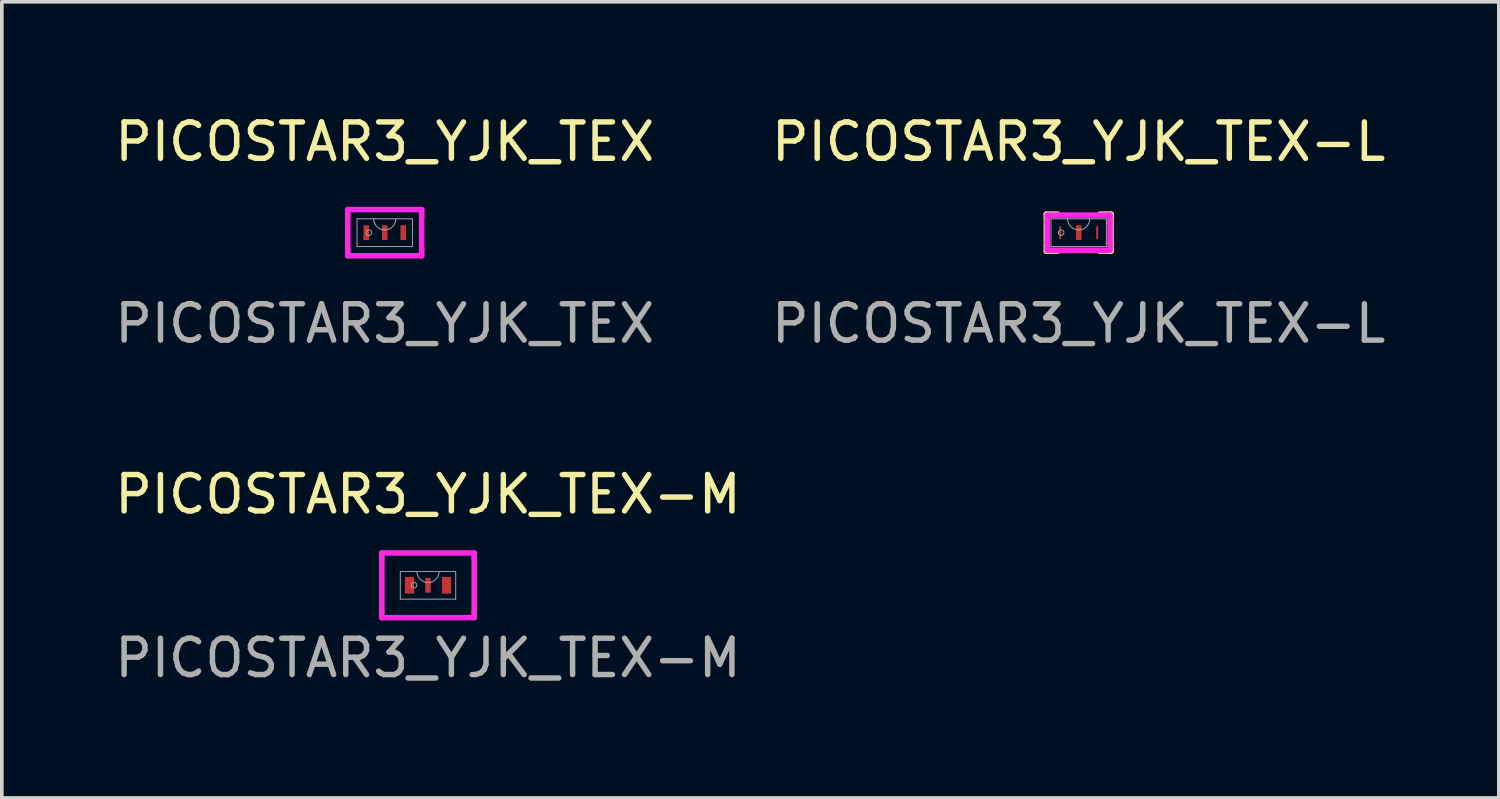
<source format=kicad_pcb>
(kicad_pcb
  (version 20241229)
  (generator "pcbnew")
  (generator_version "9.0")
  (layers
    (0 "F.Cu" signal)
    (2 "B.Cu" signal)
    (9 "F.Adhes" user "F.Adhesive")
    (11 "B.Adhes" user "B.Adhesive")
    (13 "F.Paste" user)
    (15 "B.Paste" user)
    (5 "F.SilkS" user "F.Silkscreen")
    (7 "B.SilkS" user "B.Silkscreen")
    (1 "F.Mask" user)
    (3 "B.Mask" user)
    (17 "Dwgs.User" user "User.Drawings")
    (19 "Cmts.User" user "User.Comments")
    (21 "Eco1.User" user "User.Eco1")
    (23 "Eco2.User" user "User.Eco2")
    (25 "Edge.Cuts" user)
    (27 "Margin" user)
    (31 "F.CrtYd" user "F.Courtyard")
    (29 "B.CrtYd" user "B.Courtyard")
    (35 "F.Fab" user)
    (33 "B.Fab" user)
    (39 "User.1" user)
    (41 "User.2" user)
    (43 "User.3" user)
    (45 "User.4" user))
  (footprint "PICOSTAR3_YJK_TEX"
    (layer "F.Cu")
    (at 7.53 3.348)
    (property "Reference" "PICOSTAR3_YJK_TEX" (at 0 -2.5 0) (unlocked yes) (layer "F.SilkS") (effects (font (size 1 1) (thickness 0.15))))
    (attr smd)
    (fp_line (start -1.016 -0.635) (end 1.016 -0.635) (stroke (width 0.152) (type solid)) (layer "F.CrtYd"))
    (fp_line (start -1.016 -0.457) (end -1.016 -0.635) (stroke (width 0.152) (type solid)) (layer "F.CrtYd"))
    (fp_line (start -1.016 -0.457) (end -1.016 -0.457) (stroke (width 0.152) (type solid)) (layer "F.CrtYd"))
    (fp_line (start -1.016 0.457) (end -1.016 -0.457) (stroke (width 0.152) (type solid)) (layer "F.CrtYd"))
    (fp_line (start -1.016 0.457) (end -1.016 0.457) (stroke (width 0.152) (type solid)) (layer "F.CrtYd"))
    (fp_line (start -1.016 0.635) (end -1.016 0.457) (stroke (width 0.152) (type solid)) (layer "F.CrtYd"))
    (fp_line (start 1.016 -0.635) (end 1.016 -0.457) (stroke (width 0.152) (type solid)) (layer "F.CrtYd"))
    (fp_line (start 1.016 -0.457) (end 1.016 -0.457) (stroke (width 0.152) (type solid)) (layer "F.CrtYd"))
    (fp_line (start 1.016 -0.457) (end 1.016 0.457) (stroke (width 0.152) (type solid)) (layer "F.CrtYd"))
    (fp_line (start 1.016 0.457) (end 1.016 0.457) (stroke (width 0.152) (type solid)) (layer "F.CrtYd"))
    (fp_line (start 1.016 0.457) (end 1.016 0.635) (stroke (width 0.152) (type solid)) (layer "F.CrtYd"))
    (fp_line (start 1.016 0.635) (end -1.016 0.635) (stroke (width 0.152) (type solid)) (layer "F.CrtYd"))
    (fp_line (start -0.762 -0.381) (end -0.762 0.381) (stroke (width 0.025) (type solid)) (layer "F.Fab"))
    (fp_line (start -0.762 0.381) (end 0.762 0.381) (stroke (width 0.025) (type solid)) (layer "F.Fab"))
    (fp_line (start 0.762 -0.381) (end -0.762 -0.381) (stroke (width 0.025) (type solid)) (layer "F.Fab"))
    (fp_line (start 0.762 0.381) (end 0.762 -0.381) (stroke (width 0.025) (type solid)) (layer "F.Fab"))
    (fp_arc (start 0.3048 -0.381) (mid 0 -0.0762) (end -0.3048 -0.381) (stroke (width 0.0254) (type solid)) (layer "F.Fab"))
    (fp_circle (center -0.432 0) (end -0.356 0) (stroke (width 0.025) (type solid)) (fill no) (layer "F.Fab"))
    (fp_text user "${REFERENCE}" (at 0 2.5 0) (unlocked yes) (layer "F.Fab") (effects (font (size 1 1) (thickness 0.15))))
    (pad "1" smd rect (at -0.508 0) (size 0.152 0.406) (layers "F.Cu" "F.Mask" "F.Paste"))
    (pad "2" smd rect (at 0 0) (size 0.152 0.406) (layers "F.Cu" "F.Mask" "F.Paste"))
    (pad "3" smd rect (at 0.508 0) (size 0.152 0.406) (layers "F.Cu" "F.Mask" "F.Paste")))
  (footprint "PICOSTAR3_YJK_TEX-M"
    (layer "F.Cu")
    (at 8.72 13.045)
    (property "Reference" "PICOSTAR3_YJK_TEX-M" (at 0 -2.5 0) (unlocked yes) (layer "F.SilkS") (effects (font (size 1 1) (thickness 0.15))))
    (attr smd)
    (fp_line (start -1.27 -0.889) (end 1.27 -0.889) (stroke (width 0.152) (type solid)) (layer "F.CrtYd"))
    (fp_line (start -1.27 -0.736) (end -1.27 -0.889) (stroke (width 0.152) (type solid)) (layer "F.CrtYd"))
    (fp_line (start -1.27 -0.736) (end -1.27 -0.736) (stroke (width 0.152) (type solid)) (layer "F.CrtYd"))
    (fp_line (start -1.27 0.736) (end -1.27 -0.736) (stroke (width 0.152) (type solid)) (layer "F.CrtYd"))
    (fp_line (start -1.27 0.736) (end -1.27 0.736) (stroke (width 0.152) (type solid)) (layer "F.CrtYd"))
    (fp_line (start -1.27 0.889) (end -1.27 0.736) (stroke (width 0.152) (type solid)) (layer "F.CrtYd"))
    (fp_line (start 1.27 -0.889) (end 1.27 -0.736) (stroke (width 0.152) (type solid)) (layer "F.CrtYd"))
    (fp_line (start 1.27 -0.736) (end 1.27 -0.736) (stroke (width 0.152) (type solid)) (layer "F.CrtYd"))
    (fp_line (start 1.27 -0.736) (end 1.27 0.736) (stroke (width 0.152) (type solid)) (layer "F.CrtYd"))
    (fp_line (start 1.27 0.736) (end 1.27 0.736) (stroke (width 0.152) (type solid)) (layer "F.CrtYd"))
    (fp_line (start 1.27 0.736) (end 1.27 0.889) (stroke (width 0.152) (type solid)) (layer "F.CrtYd"))
    (fp_line (start 1.27 0.889) (end -1.27 0.889) (stroke (width 0.152) (type solid)) (layer "F.CrtYd"))
    (fp_line (start -0.762 -0.381) (end -0.762 0.381) (stroke (width 0.025) (type solid)) (layer "F.Fab"))
    (fp_line (start -0.762 0.381) (end 0.762 0.381) (stroke (width 0.025) (type solid)) (layer "F.Fab"))
    (fp_line (start 0.762 -0.381) (end -0.762 -0.381) (stroke (width 0.025) (type solid)) (layer "F.Fab"))
    (fp_line (start 0.762 0.381) (end 0.762 -0.381) (stroke (width 0.025) (type solid)) (layer "F.Fab"))
    (fp_arc (start 0.3048 -0.381) (mid 0 -0.0762) (end -0.3048 -0.381) (stroke (width 0.0254) (type solid)) (layer "F.Fab"))
    (fp_circle (center -0.382 0) (end -0.306 0) (stroke (width 0.025) (type solid)) (fill no) (layer "F.Fab"))
    (fp_text user "${REFERENCE}" (at 0 2 0) (unlocked yes) (layer "F.Fab") (effects (font (size 1 1) (thickness 0.15))))
    (pad "1" smd rect (at -0.508 0) (size 0.252 0.456) (layers "F.Cu" "F.Mask" "F.Paste"))
    (pad "2" smd rect (at 0 0) (size 0.152 0.406) (layers "F.Cu" "F.Mask" "F.Paste"))
    (pad "3" smd rect (at 0.508 0) (size 0.252 0.456) (layers "F.Cu" "F.Mask" "F.Paste")))
  (footprint "PICOSTAR3_YJK_TEX-L"
    (layer "F.Cu")
    (at 26.613 3.348)
    (property "Reference" "PICOSTAR3_YJK_TEX-L" (at 0 -2.5 0) (unlocked yes) (layer "F.SilkS") (effects (font (size 1 1) (thickness 0.15))))
    (attr smd)
    (fp_line (start -0.889 -0.508) (end -0.889 0.508) (stroke (width 0.152) (type solid)) (layer "F.SilkS"))
    (fp_line (start -0.889 0.508) (end -0.578 0.508) (stroke (width 0.152) (type solid)) (layer "F.SilkS"))
    (fp_line (start -0.578 -0.508) (end -0.889 -0.508) (stroke (width 0.152) (type solid)) (layer "F.SilkS"))
    (fp_line (start 0.578 0.508) (end 0.889 0.508) (stroke (width 0.152) (type solid)) (layer "F.SilkS"))
    (fp_line (start 0.889 -0.508) (end 0.578 -0.508) (stroke (width 0.152) (type solid)) (layer "F.SilkS"))
    (fp_line (start 0.889 0.508) (end 0.889 -0.508) (stroke (width 0.152) (type solid)) (layer "F.SilkS"))
    (fp_line (start -0.864 -0.483) (end 0.864 -0.483) (stroke (width 0.152) (type solid)) (layer "F.CrtYd"))
    (fp_line (start -0.864 -0.28) (end -0.864 -0.483) (stroke (width 0.152) (type solid)) (layer "F.CrtYd"))
    (fp_line (start -0.864 -0.28) (end -0.864 -0.28) (stroke (width 0.152) (type solid)) (layer "F.CrtYd"))
    (fp_line (start -0.864 0.28) (end -0.864 -0.28) (stroke (width 0.152) (type solid)) (layer "F.CrtYd"))
    (fp_line (start -0.864 0.28) (end -0.864 0.28) (stroke (width 0.152) (type solid)) (layer "F.CrtYd"))
    (fp_line (start -0.864 0.483) (end -0.864 0.28) (stroke (width 0.152) (type solid)) (layer "F.CrtYd"))
    (fp_line (start 0.864 -0.483) (end 0.864 -0.28) (stroke (width 0.152) (type solid)) (layer "F.CrtYd"))
    (fp_line (start 0.864 -0.28) (end 0.864 -0.28) (stroke (width 0.152) (type solid)) (layer "F.CrtYd"))
    (fp_line (start 0.864 -0.28) (end 0.864 0.28) (stroke (width 0.152) (type solid)) (layer "F.CrtYd"))
    (fp_line (start 0.864 0.28) (end 0.864 0.28) (stroke (width 0.152) (type solid)) (layer "F.CrtYd"))
    (fp_line (start 0.864 0.28) (end 0.864 0.483) (stroke (width 0.152) (type solid)) (layer "F.CrtYd"))
    (fp_line (start 0.864 0.483) (end -0.864 0.483) (stroke (width 0.152) (type solid)) (layer "F.CrtYd"))
    (fp_line (start -0.762 -0.381) (end -0.762 0.381) (stroke (width 0.025) (type solid)) (layer "F.Fab"))
    (fp_line (start -0.762 0.381) (end 0.762 0.381) (stroke (width 0.025) (type solid)) (layer "F.Fab"))
    (fp_line (start 0.762 -0.381) (end -0.762 -0.381) (stroke (width 0.025) (type solid)) (layer "F.Fab"))
    (fp_line (start 0.762 0.381) (end 0.762 -0.381) (stroke (width 0.025) (type solid)) (layer "F.Fab"))
    (fp_arc (start 0.3048 -0.381) (mid 0 -0.0762) (end -0.3048 -0.381) (stroke (width 0.0254) (type solid)) (layer "F.Fab"))
    (fp_circle (center -0.482 0) (end -0.406 0) (stroke (width 0.025) (type solid)) (fill no) (layer "F.Fab"))
    (fp_text user "${REFERENCE}" (at 0 2.5 0) (unlocked yes) (layer "F.Fab") (effects (font (size 1 1) (thickness 0.15))))
    (pad "1" smd rect (at -0.508 0) (size 0.052 0.356) (layers "F.Cu" "F.Mask" "F.Paste"))
    (pad "2" smd rect (at 0 0) (size 0.152 0.406) (layers "F.Cu" "F.Mask" "F.Paste"))
    (pad "3" smd rect (at 0.508 0) (size 0.052 0.356) (layers "F.Cu" "F.Mask" "F.Paste")))
  (gr_rect
    (start -3 -3)
    (end 38.167 18.893)
    (stroke (width 0.1) (type default))
    (fill no)
    (layer "Edge.Cuts")))
</source>
